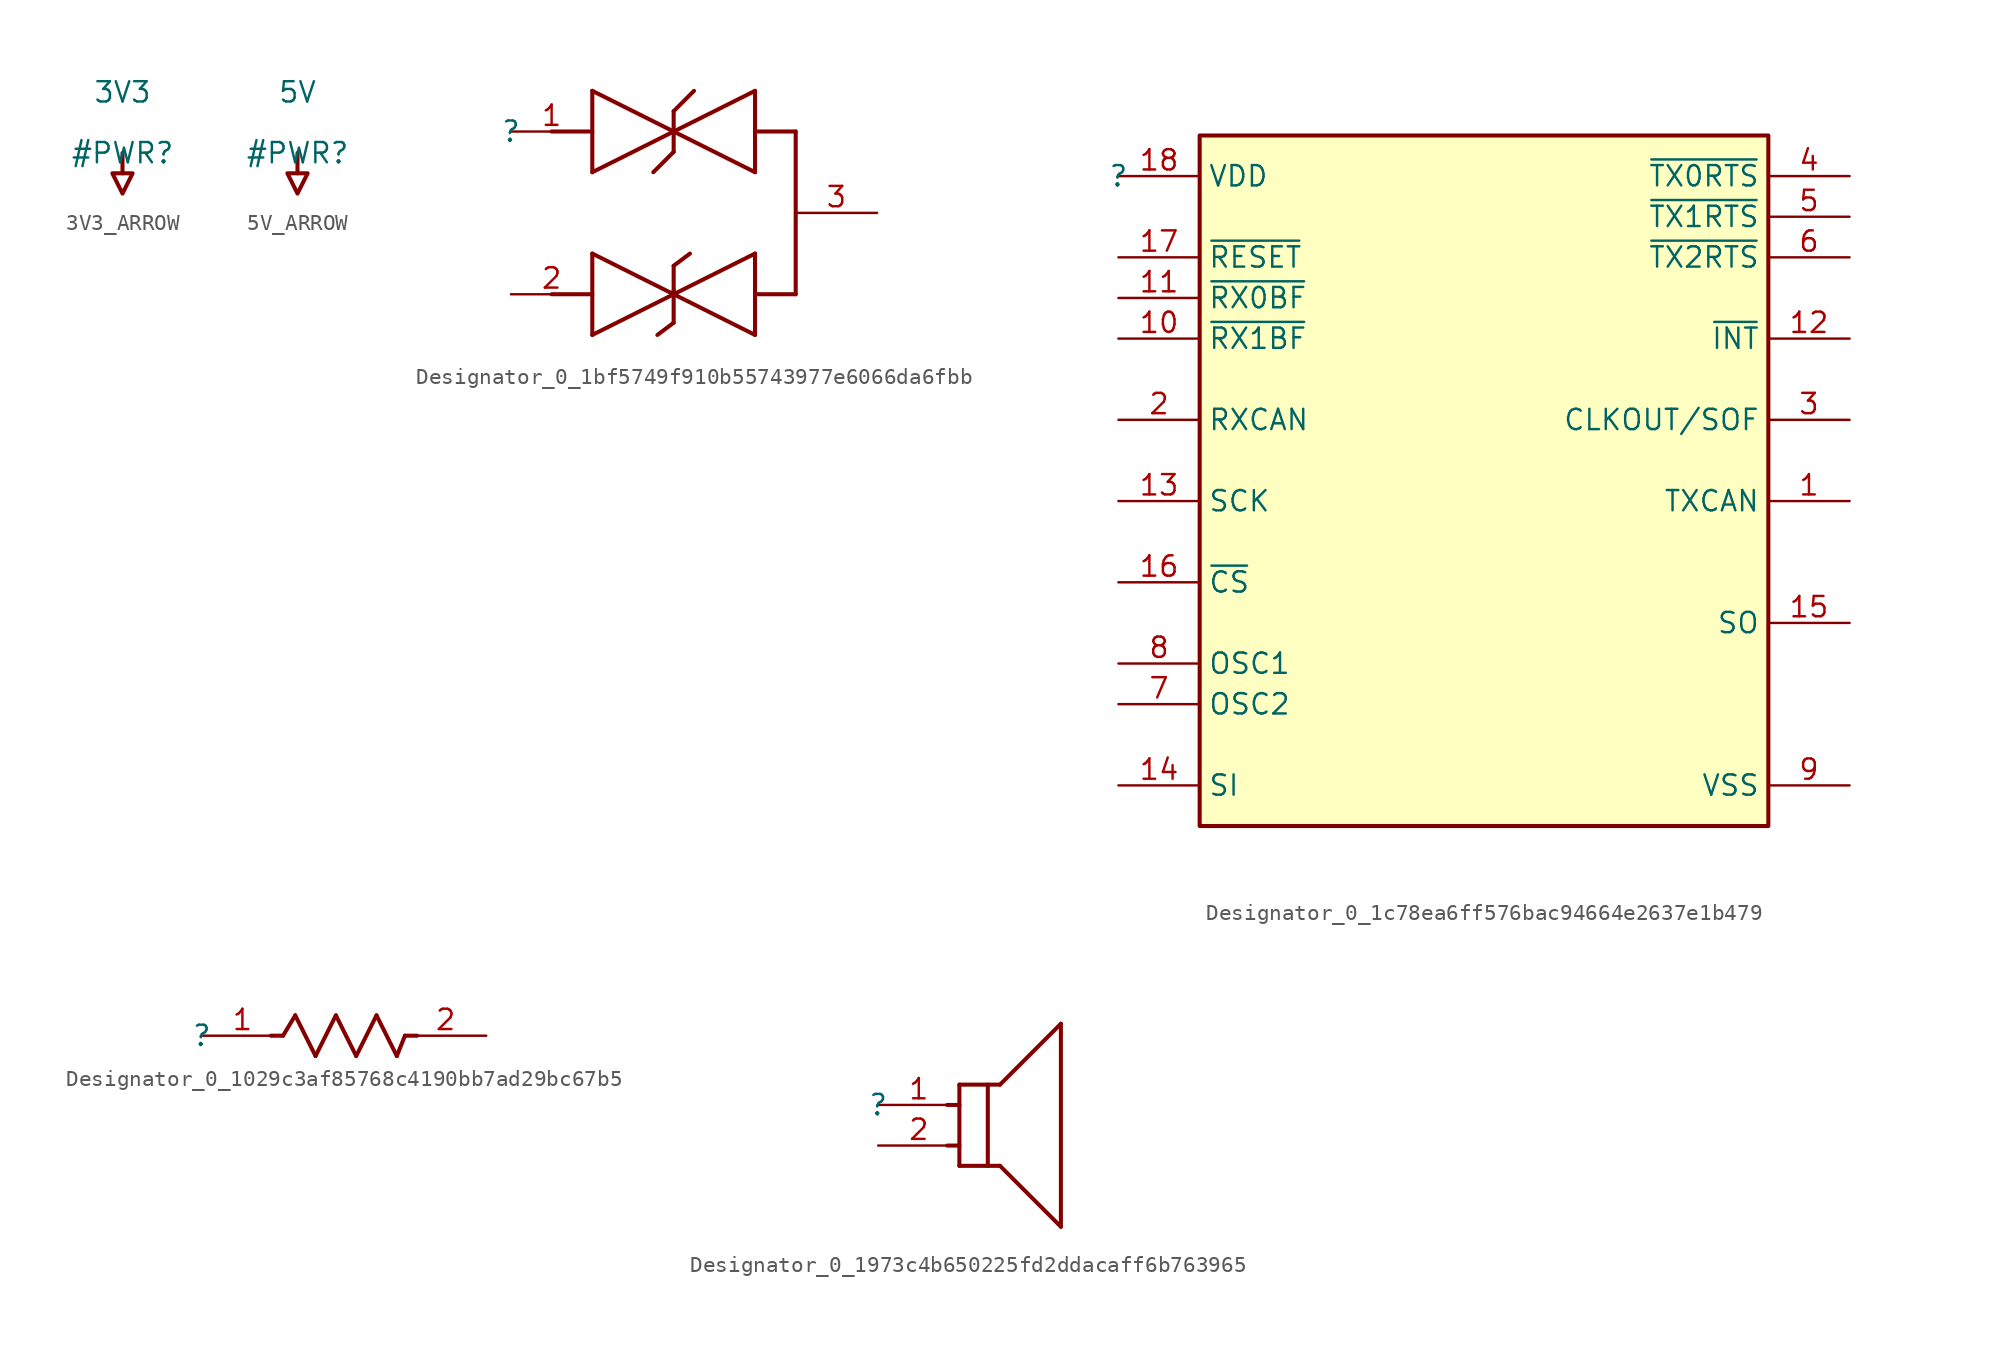
<source format=kicad_sym>
(kicad_symbol_lib
  (version 20231120)
  (generator "kicad_symbol_editor")
  (generator_version "8.0")
  (symbol "3V3_ARROW"
    (power)
    (property "Reference" "#PWR"
      (at 0 0 0)
      (effects (font (size 1.27 1.27))))
    (property "Value" "3V3"
      (at 0 3.81 0)
      (effects (font (size 1.27 1.27))))
    (symbol "3V3_ARROW_0_0"
      (polyline (pts (xy 0 0) (xy 0 -1.27)) (stroke (width 0.254) (type solid)) (fill (type none)))
      (polyline (pts (xy -0.635 -1.27) (xy 0.635 -1.27) (xy 0 -2.54) (xy -0.635 -1.27)) (stroke (width 0.254) (type solid)) (fill (type none)))
      (pin power_in line (at 0 0 0) (length 0) hide (name "3V3" (effects (font (size 1.27 1.27)))) (number "" (effects (font (size 1.27 1.27)))))))
  (symbol "5V_ARROW"
    (power)
    (property "Reference" "#PWR"
      (at 0 0 0)
      (effects (font (size 1.27 1.27))))
    (property "Value" "5V"
      (at 0 3.81 0)
      (effects (font (size 1.27 1.27))))
    (symbol "5V_ARROW_0_0"
      (polyline (pts (xy 0 0) (xy 0 -1.27)) (stroke (width 0.254) (type solid)) (fill (type none)))
      (polyline (pts (xy -0.635 -1.27) (xy 0.635 -1.27) (xy 0 -2.54) (xy -0.635 -1.27)) (stroke (width 0.254) (type solid)) (fill (type none)))
      (pin power_in line (at 0 0 0) (length 0) hide (name "5V" (effects (font (size 1.27 1.27)))) (number "" (effects (font (size 1.27 1.27)))))))
  (symbol "Designator_0_1bf5749f910b55743977e6066da6fbb"
    (property "Reference" ""
      (at 0 0 0)
      (effects (font (size 1.27 1.27))))
    (property "Value" ""
      (at 0 0 0)
      (effects (font (size 1.27 1.27))))
    (symbol "Designator_0_1bf5749f910b55743977e6066da6fbb_1_0"
      (polyline (pts (xy 2.54 0) (xy 5.08 0)) (stroke (width 0.254) (type solid)) (fill (type none)))
      (polyline (pts (xy 5.08 -12.7) (xy 15.24 -7.62)) (stroke (width 0.254) (type solid)) (fill (type none)))
      (polyline (pts (xy 5.08 -10.16) (xy 2.54 -10.16)) (stroke (width 0.254) (type solid)) (fill (type none)))
      (polyline (pts (xy 5.08 -7.62) (xy 5.08 -12.7)) (stroke (width 0.254) (type solid)) (fill (type none)))
      (polyline (pts (xy 5.08 -7.62) (xy 15.24 -12.7)) (stroke (width 0.254) (type solid)) (fill (type none)))
      (polyline (pts (xy 5.08 -2.54) (xy 10.16 0)) (stroke (width 0.254) (type solid)) (fill (type none)))
      (polyline (pts (xy 5.08 2.54) (xy 5.08 -2.54)) (stroke (width 0.254) (type solid)) (fill (type none)))
      (polyline (pts (xy 5.08 2.54) (xy 10.16 0)) (stroke (width 0.254) (type solid)) (fill (type none)))
      (polyline (pts (xy 10.16 -11.938) (xy 9.144 -12.7)) (stroke (width 0.254) (type solid)) (fill (type none)))
      (polyline (pts (xy 10.16 -10.16) (xy 10.16 -8.382)) (stroke (width 0.254) (type solid)) (fill (type none)))
      (polyline (pts (xy 10.16 -9.906) (xy 10.16 -11.938)) (stroke (width 0.254) (type solid)) (fill (type none)))
      (polyline (pts (xy 10.16 -8.382) (xy 11.176 -7.62)) (stroke (width 0.254) (type solid)) (fill (type none)))
      (polyline (pts (xy 10.16 -1.27) (xy 8.89 -2.54)) (stroke (width 0.254) (type solid)) (fill (type none)))
      (polyline (pts (xy 10.16 0) (xy 15.24 2.54)) (stroke (width 0.254) (type solid)) (fill (type none)))
      (polyline (pts (xy 10.16 1.27) (xy 10.16 -1.27)) (stroke (width 0.254) (type solid)) (fill (type none)))
      (polyline (pts (xy 10.16 1.27) (xy 11.43 2.54)) (stroke (width 0.254) (type solid)) (fill (type none)))
      (polyline (pts (xy 15.24 -12.7) (xy 15.24 -7.62)) (stroke (width 0.254) (type solid)) (fill (type none)))
      (polyline (pts (xy 15.24 -10.16) (xy 17.78 -10.16)) (stroke (width 0.254) (type solid)) (fill (type none)))
      (polyline (pts (xy 15.24 -2.54) (xy 10.16 0)) (stroke (width 0.254) (type solid)) (fill (type none)))
      (polyline (pts (xy 15.24 2.54) (xy 15.24 -2.54)) (stroke (width 0.254) (type solid)) (fill (type none)))
      (polyline (pts (xy 17.78 -10.16) (xy 17.78 0)) (stroke (width 0.254) (type solid)) (fill (type none)))
      (polyline (pts (xy 17.78 0) (xy 15.24 0)) (stroke (width 0.254) (type solid)) (fill (type none)))
      (pin passive line (at 0 0 0) (length 5.08) (name "1" (effects (font (size 0 0)))) (number "1" (effects (font (size 1.27 1.27)))))
      (pin passive line (at 0 -10.16 0) (length 5.08) (name "2" (effects (font (size 0 0)))) (number "2" (effects (font (size 1.27 1.27)))))
      (pin passive line (at 22.86 -5.08 180) (length 5.08) (name "3" (effects (font (size 0 0)))) (number "3" (effects (font (size 1.27 1.27)))))))
  (symbol "Designator_0_1c78ea6ff576bac94664e2637e1b479"
    (property "Reference" ""
      (at 0 0 0)
      (effects (font (size 1.27 1.27))))
    (property "Value" ""
      (at 0 0 0)
      (effects (font (size 1.27 1.27))))
    (symbol "Designator_0_1c78ea6ff576bac94664e2637e1b479_1_0"
      (rectangle (start 40.64 2.54) (end 5.08 -40.64) (stroke (width 0.254) (type solid) (color 128 0 0 1)) (fill (type background)))
      (pin output line (at 45.72 -20.32 180) (length 5.08) (name "TXCAN" (effects (font (size 1.27 1.27)))) (number "1" (effects (font (size 1.27 1.27)))))
      (pin input line (at 0 -10.16 0) (length 5.08) (name "~{RX1BF}" (effects (font (size 1.27 1.27)))) (number "10" (effects (font (size 1.27 1.27)))))
      (pin input line (at 0 -7.62 0) (length 5.08) (name "~{RX0BF}" (effects (font (size 1.27 1.27)))) (number "11" (effects (font (size 1.27 1.27)))))
      (pin output line (at 45.72 -10.16 180) (length 5.08) (name "~{INT}" (effects (font (size 1.27 1.27)))) (number "12" (effects (font (size 1.27 1.27)))))
      (pin input line (at 0 -20.32 0) (length 5.08) (name "SCK" (effects (font (size 1.27 1.27)))) (number "13" (effects (font (size 1.27 1.27)))))
      (pin input line (at 0 -38.1 0) (length 5.08) (name "SI" (effects (font (size 1.27 1.27)))) (number "14" (effects (font (size 1.27 1.27)))))
      (pin output line (at 45.72 -27.94 180) (length 5.08) (name "SO" (effects (font (size 1.27 1.27)))) (number "15" (effects (font (size 1.27 1.27)))))
      (pin input line (at 0 -25.4 0) (length 5.08) (name "~{CS}" (effects (font (size 1.27 1.27)))) (number "16" (effects (font (size 1.27 1.27)))))
      (pin input line (at 0 -5.08 0) (length 5.08) (name "~{RESET}" (effects (font (size 1.27 1.27)))) (number "17" (effects (font (size 1.27 1.27)))))
      (pin power_in line (at 0 0 0) (length 5.08) (name "VDD" (effects (font (size 1.27 1.27)))) (number "18" (effects (font (size 1.27 1.27)))))
      (pin input line (at 0 -15.24 0) (length 5.08) (name "RXCAN" (effects (font (size 1.27 1.27)))) (number "2" (effects (font (size 1.27 1.27)))))
      (pin output line (at 45.72 -15.24 180) (length 5.08) (name "CLKOUT/SOF" (effects (font (size 1.27 1.27)))) (number "3" (effects (font (size 1.27 1.27)))))
      (pin output line (at 45.72 0 180) (length 5.08) (name "~{TX0RTS}" (effects (font (size 1.27 1.27)))) (number "4" (effects (font (size 1.27 1.27)))))
      (pin output line (at 45.72 -2.54 180) (length 5.08) (name "~{TX1RTS}" (effects (font (size 1.27 1.27)))) (number "5" (effects (font (size 1.27 1.27)))))
      (pin output line (at 45.72 -5.08 180) (length 5.08) (name "~{TX2RTS}" (effects (font (size 1.27 1.27)))) (number "6" (effects (font (size 1.27 1.27)))))
      (pin input line (at 0 -33.02 0) (length 5.08) (name "OSC2" (effects (font (size 1.27 1.27)))) (number "7" (effects (font (size 1.27 1.27)))))
      (pin input line (at 0 -30.48 0) (length 5.08) (name "OSC1" (effects (font (size 1.27 1.27)))) (number "8" (effects (font (size 1.27 1.27)))))
      (pin power_in line (at 45.72 -38.1 180) (length 5.08) (name "VSS" (effects (font (size 1.27 1.27)))) (number "9" (effects (font (size 1.27 1.27)))))))
  (symbol "Designator_0_1029c3af85768c4190bb7ad29bc67b5"
    (property "Reference" ""
      (at 0 0 0)
      (effects (font (size 1.27 1.27))))
    (property "Value" ""
      (at 0 0 0)
      (effects (font (size 1.27 1.27))))
    (symbol "Designator_0_1029c3af85768c4190bb7ad29bc67b5_1_0"
      (polyline (pts (xy 5.08 0) (xy 4.318 0)) (stroke (width 0.254) (type solid)) (fill (type none)))
      (polyline (pts (xy 5.08 0) (xy 5.842 1.27)) (stroke (width 0.254) (type solid)) (fill (type none)))
      (polyline (pts (xy 5.842 1.27) (xy 7.112 -1.27)) (stroke (width 0.254) (type solid)) (fill (type none)))
      (polyline (pts (xy 7.112 -1.27) (xy 8.382 1.27)) (stroke (width 0.254) (type solid)) (fill (type none)))
      (polyline (pts (xy 8.382 1.27) (xy 9.652 -1.27)) (stroke (width 0.254) (type solid)) (fill (type none)))
      (polyline (pts (xy 9.652 -1.27) (xy 10.922 1.27)) (stroke (width 0.254) (type solid)) (fill (type none)))
      (polyline (pts (xy 10.922 1.27) (xy 12.192 -1.27)) (stroke (width 0.254) (type solid)) (fill (type none)))
      (polyline (pts (xy 12.192 -1.27) (xy 12.7 0)) (stroke (width 0.254) (type solid)) (fill (type none)))
      (polyline (pts (xy 12.7 0) (xy 13.462 0)) (stroke (width 0.254) (type solid)) (fill (type none)))
      (pin passive line (at 0 0 0) (length 5.08) (name "1" (effects (font (size 0 0)))) (number "1" (effects (font (size 1.27 1.27)))))
      (pin passive line (at 17.78 0 180) (length 5.08) (name "2" (effects (font (size 0 0)))) (number "2" (effects (font (size 1.27 1.27)))))))
  (symbol "Designator_0_1973c4b650225fd2ddacaff6b763965"
    (property "Reference" ""
      (at 0 0 0)
      (effects (font (size 1.27 1.27))))
    (property "Value" ""
      (at 0 0 0)
      (effects (font (size 1.27 1.27))))
    (symbol "Designator_0_1973c4b650225fd2ddacaff6b763965_1_0"
      (polyline (pts (xy 5.08 -3.81) (xy 7.62 -3.81)) (stroke (width 0.254) (type solid)) (fill (type none)))
      (polyline (pts (xy 5.08 -2.54) (xy 4.318 -2.54)) (stroke (width 0.254) (type solid)) (fill (type none)))
      (polyline (pts (xy 5.08 0) (xy 4.318 0)) (stroke (width 0.254) (type solid)) (fill (type none)))
      (polyline (pts (xy 5.08 1.27) (xy 5.08 -3.81)) (stroke (width 0.254) (type solid)) (fill (type none)))
      (polyline (pts (xy 5.08 1.27) (xy 7.62 1.27)) (stroke (width 0.254) (type solid)) (fill (type none)))
      (polyline (pts (xy 6.858 1.27) (xy 6.858 -3.81)) (stroke (width 0.254) (type solid)) (fill (type none)))
      (polyline (pts (xy 7.62 -3.81) (xy 11.43 -7.62)) (stroke (width 0.254) (type solid)) (fill (type none)))
      (polyline (pts (xy 7.62 1.27) (xy 11.43 5.08)) (stroke (width 0.254) (type solid)) (fill (type none)))
      (polyline (pts (xy 11.43 5.08) (xy 11.43 -7.62)) (stroke (width 0.254) (type solid)) (fill (type none)))
      (pin passive line (at 0 0 0) (length 5.08) (name "C" (effects (font (size 0 0)))) (number "1" (effects (font (size 1.27 1.27)))))
      (pin passive line (at 0 -2.54 0) (length 5.08) (name "A" (effects (font (size 0 0)))) (number "2" (effects (font (size 1.27 1.27))))))))
</source>
